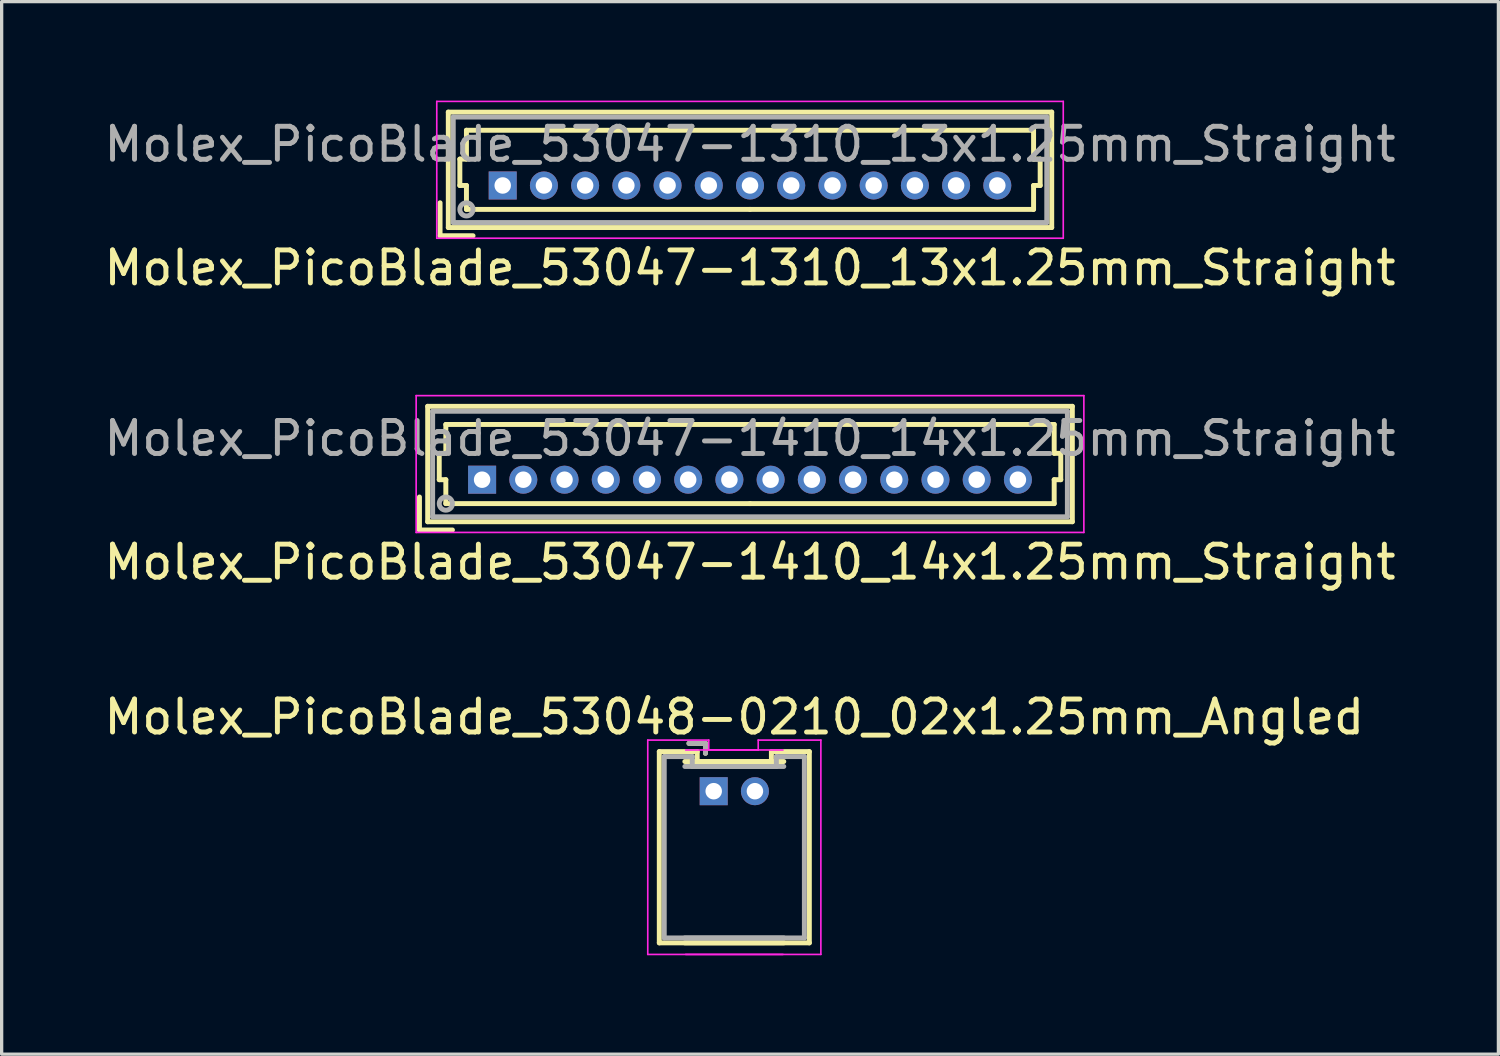
<source format=kicad_pcb>
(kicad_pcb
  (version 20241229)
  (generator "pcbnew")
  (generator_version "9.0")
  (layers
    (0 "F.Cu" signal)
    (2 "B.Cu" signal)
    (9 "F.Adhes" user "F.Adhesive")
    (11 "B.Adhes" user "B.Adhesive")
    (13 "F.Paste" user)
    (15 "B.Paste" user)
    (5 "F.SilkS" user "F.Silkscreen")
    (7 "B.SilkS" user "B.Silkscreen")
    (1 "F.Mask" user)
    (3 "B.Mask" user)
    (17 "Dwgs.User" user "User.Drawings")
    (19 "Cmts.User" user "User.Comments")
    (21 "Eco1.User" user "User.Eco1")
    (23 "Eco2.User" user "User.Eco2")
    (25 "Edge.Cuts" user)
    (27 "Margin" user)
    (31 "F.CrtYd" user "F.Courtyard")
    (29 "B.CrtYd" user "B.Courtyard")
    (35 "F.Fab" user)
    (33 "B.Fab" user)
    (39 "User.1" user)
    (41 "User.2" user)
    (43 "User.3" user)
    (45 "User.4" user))
  (footprint "Molex_PicoBlade_53047-1410_14x1.25mm_Straight"
    (layer "F.Cu")
    (at 11.571 11.498)
    (property "Reference" "Molex_PicoBlade_53047-1410_14x1.25mm_Straight" (at 8.125 2.5 0) (layer "F.SilkS") (effects (font (size 1 1) (thickness 0.15))))
    (attr through_hole)
    (fp_line (start -1.9 1.525) (end -1.9 0.525) (stroke (width 0.15) (type solid)) (layer "F.SilkS"))
    (fp_line (start -1.9 1.525) (end -0.9 1.525) (stroke (width 0.15) (type solid)) (layer "F.SilkS"))
    (fp_line (start -1.65 -2.225) (end -1.65 1.275) (stroke (width 0.15) (type solid)) (layer "F.SilkS"))
    (fp_line (start -1.65 1.275) (end 17.9 1.275) (stroke (width 0.15) (type solid)) (layer "F.SilkS"))
    (fp_line (start -1.3 -0.8) (end -1.1 -0.8) (stroke (width 0.15) (type solid)) (layer "F.SilkS"))
    (fp_line (start -1.3 0) (end -1.3 -0.8) (stroke (width 0.15) (type solid)) (layer "F.SilkS"))
    (fp_line (start -1.1 -1.675) (end 8.125 -1.675) (stroke (width 0.15) (type solid)) (layer "F.SilkS"))
    (fp_line (start -1.1 -0.8) (end -1.1 -1.675) (stroke (width 0.15) (type solid)) (layer "F.SilkS"))
    (fp_line (start -1.1 0) (end -1.3 0) (stroke (width 0.15) (type solid)) (layer "F.SilkS"))
    (fp_line (start -1.1 0.725) (end -1.1 0) (stroke (width 0.15) (type solid)) (layer "F.SilkS"))
    (fp_line (start 8.125 0.725) (end -1.1 0.725) (stroke (width 0.15) (type solid)) (layer "F.SilkS"))
    (fp_line (start 8.125 0.725) (end 17.35 0.725) (stroke (width 0.15) (type solid)) (layer "F.SilkS"))
    (fp_line (start 17.35 -1.675) (end 8.125 -1.675) (stroke (width 0.15) (type solid)) (layer "F.SilkS"))
    (fp_line (start 17.35 -0.8) (end 17.35 -1.675) (stroke (width 0.15) (type solid)) (layer "F.SilkS"))
    (fp_line (start 17.35 0) (end 17.55 0) (stroke (width 0.15) (type solid)) (layer "F.SilkS"))
    (fp_line (start 17.35 0.725) (end 17.35 0) (stroke (width 0.15) (type solid)) (layer "F.SilkS"))
    (fp_line (start 17.55 -0.8) (end 17.35 -0.8) (stroke (width 0.15) (type solid)) (layer "F.SilkS"))
    (fp_line (start 17.55 0) (end 17.55 -0.8) (stroke (width 0.15) (type solid)) (layer "F.SilkS"))
    (fp_line (start 17.9 -2.225) (end -1.65 -2.225) (stroke (width 0.15) (type solid)) (layer "F.SilkS"))
    (fp_line (start 17.9 1.275) (end 17.9 -2.225) (stroke (width 0.15) (type solid)) (layer "F.SilkS"))
    (fp_line (start -2 -2.55) (end -2 1.6) (stroke (width 0.05) (type solid)) (layer "F.CrtYd"))
    (fp_line (start -2 1.6) (end 18.25 1.6) (stroke (width 0.05) (type solid)) (layer "F.CrtYd"))
    (fp_line (start 18.25 -2.55) (end -2 -2.55) (stroke (width 0.05) (type solid)) (layer "F.CrtYd"))
    (fp_line (start 18.25 1.6) (end 18.25 -2.55) (stroke (width 0.05) (type solid)) (layer "F.CrtYd"))
    (fp_line (start -1.5 -2.075) (end -1.5 1.125) (stroke (width 0.15) (type solid)) (layer "F.Fab"))
    (fp_line (start -1.5 1.125) (end 17.75 1.125) (stroke (width 0.15) (type solid)) (layer "F.Fab"))
    (fp_line (start 17.75 -2.075) (end -1.5 -2.075) (stroke (width 0.15) (type solid)) (layer "F.Fab"))
    (fp_line (start 17.75 1.125) (end 17.75 -2.075) (stroke (width 0.15) (type solid)) (layer "F.Fab"))
    (fp_circle (center -1.1 0.725) (end -0.9 0.725) (stroke (width 0.15) (type solid)) (fill no) (layer "F.Fab"))
    (fp_text user "${REFERENCE}" (at 8.125 -1.25 0) (layer "F.Fab") (effects (font (size 1 1) (thickness 0.15))))
    (pad "1" thru_hole rect (at 0 0) (size 0.85 0.85) (drill 0.5) (layers "*.Cu" "*.Mask"))
    (pad "2" thru_hole circle (at 1.25 0) (size 0.85 0.85) (drill 0.5) (layers "*.Cu" "*.Mask"))
    (pad "3" thru_hole circle (at 2.5 0) (size 0.85 0.85) (drill 0.5) (layers "*.Cu" "*.Mask"))
    (pad "4" thru_hole circle (at 3.75 0) (size 0.85 0.85) (drill 0.5) (layers "*.Cu" "*.Mask"))
    (pad "5" thru_hole circle (at 5 0) (size 0.85 0.85) (drill 0.5) (layers "*.Cu" "*.Mask"))
    (pad "6" thru_hole circle (at 6.25 0) (size 0.85 0.85) (drill 0.5) (layers "*.Cu" "*.Mask"))
    (pad "7" thru_hole circle (at 7.5 0) (size 0.85 0.85) (drill 0.5) (layers "*.Cu" "*.Mask"))
    (pad "8" thru_hole circle (at 8.75 0) (size 0.85 0.85) (drill 0.5) (layers "*.Cu" "*.Mask"))
    (pad "9" thru_hole circle (at 10 0) (size 0.85 0.85) (drill 0.5) (layers "*.Cu" "*.Mask"))
    (pad "10" thru_hole circle (at 11.25 0) (size 0.85 0.85) (drill 0.5) (layers "*.Cu" "*.Mask"))
    (pad "11" thru_hole circle (at 12.5 0) (size 0.85 0.85) (drill 0.5) (layers "*.Cu" "*.Mask"))
    (pad "12" thru_hole circle (at 13.75 0) (size 0.85 0.85) (drill 0.5) (layers "*.Cu" "*.Mask"))
    (pad "13" thru_hole circle (at 15 0) (size 0.85 0.85) (drill 0.5) (layers "*.Cu" "*.Mask"))
    (pad "14" thru_hole circle (at 16.25 0) (size 0.85 0.85) (drill 0.5) (layers "*.Cu" "*.Mask")))
  (footprint "Molex_PicoBlade_53048-0210_02x1.25mm_Angled"
    (layer "F.Cu")
    (at 18.595 20.945)
    (property "Reference" "Molex_PicoBlade_53048-0210_02x1.25mm_Angled" (at 0.625 -2.25 0) (layer "F.SilkS") (effects (font (size 1 1) (thickness 0.15))))
    (attr through_hole)
    (fp_line (start -1.65 -1.2) (end -1.65 4.6) (stroke (width 0.15) (type solid)) (layer "F.SilkS"))
    (fp_line (start -1.65 4.6) (end 2.125 4.6) (stroke (width 0.15) (type solid)) (layer "F.SilkS"))
    (fp_line (start -0.875 -0.9) (end 1.75 -0.9) (stroke (width 0.15) (type solid)) (layer "F.SilkS"))
    (fp_line (start -0.5 -1.2) (end -1.65 -1.2) (stroke (width 0.15) (type solid)) (layer "F.SilkS"))
    (fp_line (start -0.5 -0.9) (end -0.5 -1.2) (stroke (width 0.15) (type solid)) (layer "F.SilkS"))
    (fp_line (start -0.25 -1.45) (end -0.75 -1.45) (stroke (width 0.15) (type solid)) (layer "F.SilkS"))
    (fp_line (start -0.25 -1.15) (end -0.25 -1.45) (stroke (width 0.15) (type solid)) (layer "F.SilkS"))
    (fp_line (start 1.75 -1.2) (end 2.9 -1.2) (stroke (width 0.15) (type solid)) (layer "F.SilkS"))
    (fp_line (start 1.75 -0.9) (end 1.75 -1.2) (stroke (width 0.15) (type solid)) (layer "F.SilkS"))
    (fp_line (start 2.125 -0.9) (end -0.5 -0.9) (stroke (width 0.15) (type solid)) (layer "F.SilkS"))
    (fp_line (start 2.9 -1.2) (end 2.9 4.6) (stroke (width 0.15) (type solid)) (layer "F.SilkS"))
    (fp_line (start 2.9 4.6) (end -0.875 4.6) (stroke (width 0.15) (type solid)) (layer "F.SilkS"))
    (fp_line (start -2 -1.55) (end -2 4.95) (stroke (width 0.05) (type solid)) (layer "F.CrtYd"))
    (fp_line (start -2 4.95) (end 2.1 4.95) (stroke (width 0.05) (type solid)) (layer "F.CrtYd"))
    (fp_line (start -0.85 -1.25) (end 1.35 -1.25) (stroke (width 0.05) (type solid)) (layer "F.CrtYd"))
    (fp_line (start -0.15 -1.55) (end -2 -1.55) (stroke (width 0.05) (type solid)) (layer "F.CrtYd"))
    (fp_line (start -0.15 -1.25) (end -0.15 -1.55) (stroke (width 0.05) (type solid)) (layer "F.CrtYd"))
    (fp_line (start 1.35 -1.55) (end 3.25 -1.55) (stroke (width 0.05) (type solid)) (layer "F.CrtYd"))
    (fp_line (start 1.35 -1.25) (end 1.35 -1.55) (stroke (width 0.05) (type solid)) (layer "F.CrtYd"))
    (fp_line (start 2.1 -1.25) (end -0.15 -1.25) (stroke (width 0.05) (type solid)) (layer "F.CrtYd"))
    (fp_line (start 3.25 -1.55) (end 3.25 4.95) (stroke (width 0.05) (type solid)) (layer "F.CrtYd"))
    (fp_line (start 3.25 4.95) (end -0.85 4.95) (stroke (width 0.05) (type solid)) (layer "F.CrtYd"))
    (fp_line (start -1.5 -1.05) (end -1.5 4.45) (stroke (width 0.15) (type solid)) (layer "F.Fab"))
    (fp_line (start -1.5 4.45) (end 2.125 4.45) (stroke (width 0.15) (type solid)) (layer "F.Fab"))
    (fp_line (start -0.875 -0.75) (end 1.9 -0.75) (stroke (width 0.15) (type solid)) (layer "F.Fab"))
    (fp_line (start -0.65 -1.05) (end -1.5 -1.05) (stroke (width 0.15) (type solid)) (layer "F.Fab"))
    (fp_line (start -0.65 -0.75) (end -0.65 -1.05) (stroke (width 0.15) (type solid)) (layer "F.Fab"))
    (fp_line (start -0.25 -1.45) (end -0.75 -1.45) (stroke (width 0.15) (type solid)) (layer "F.Fab"))
    (fp_line (start -0.25 -1.15) (end -0.25 -1.45) (stroke (width 0.15) (type solid)) (layer "F.Fab"))
    (fp_line (start 1.9 -1.05) (end 2.75 -1.05) (stroke (width 0.15) (type solid)) (layer "F.Fab"))
    (fp_line (start 1.9 -0.75) (end 1.9 -1.05) (stroke (width 0.15) (type solid)) (layer "F.Fab"))
    (fp_line (start 2.125 -0.75) (end -0.65 -0.75) (stroke (width 0.15) (type solid)) (layer "F.Fab"))
    (fp_line (start 2.75 -1.05) (end 2.75 4.45) (stroke (width 0.15) (type solid)) (layer "F.Fab"))
    (fp_line (start 2.75 4.45) (end -0.875 4.45) (stroke (width 0.15) (type solid)) (layer "F.Fab"))
    (pad "1" thru_hole rect (at 0 0) (size 0.85 0.85) (drill 0.5) (layers "*.Cu" "*.Mask"))
    (pad "2" thru_hole circle (at 1.25 0) (size 0.85 0.85) (drill 0.5) (layers "*.Cu" "*.Mask")))
  (footprint "Molex_PicoBlade_53047-1310_13x1.25mm_Straight"
    (layer "F.Cu")
    (at 12.196 2.575)
    (property "Reference" "Molex_PicoBlade_53047-1310_13x1.25mm_Straight" (at 7.5 2.5 0) (layer "F.SilkS") (effects (font (size 1 1) (thickness 0.15))))
    (attr through_hole)
    (fp_line (start -1.9 1.525) (end -1.9 0.525) (stroke (width 0.15) (type solid)) (layer "F.SilkS"))
    (fp_line (start -1.9 1.525) (end -0.9 1.525) (stroke (width 0.15) (type solid)) (layer "F.SilkS"))
    (fp_line (start -1.65 -2.225) (end -1.65 1.275) (stroke (width 0.15) (type solid)) (layer "F.SilkS"))
    (fp_line (start -1.65 1.275) (end 16.65 1.275) (stroke (width 0.15) (type solid)) (layer "F.SilkS"))
    (fp_line (start -1.3 -0.8) (end -1.1 -0.8) (stroke (width 0.15) (type solid)) (layer "F.SilkS"))
    (fp_line (start -1.3 0) (end -1.3 -0.8) (stroke (width 0.15) (type solid)) (layer "F.SilkS"))
    (fp_line (start -1.1 -1.675) (end 7.5 -1.675) (stroke (width 0.15) (type solid)) (layer "F.SilkS"))
    (fp_line (start -1.1 -0.8) (end -1.1 -1.675) (stroke (width 0.15) (type solid)) (layer "F.SilkS"))
    (fp_line (start -1.1 0) (end -1.3 0) (stroke (width 0.15) (type solid)) (layer "F.SilkS"))
    (fp_line (start -1.1 0.725) (end -1.1 0) (stroke (width 0.15) (type solid)) (layer "F.SilkS"))
    (fp_line (start 7.5 0.725) (end -1.1 0.725) (stroke (width 0.15) (type solid)) (layer "F.SilkS"))
    (fp_line (start 7.5 0.725) (end 16.1 0.725) (stroke (width 0.15) (type solid)) (layer "F.SilkS"))
    (fp_line (start 16.1 -1.675) (end 7.5 -1.675) (stroke (width 0.15) (type solid)) (layer "F.SilkS"))
    (fp_line (start 16.1 -0.8) (end 16.1 -1.675) (stroke (width 0.15) (type solid)) (layer "F.SilkS"))
    (fp_line (start 16.1 0) (end 16.3 0) (stroke (width 0.15) (type solid)) (layer "F.SilkS"))
    (fp_line (start 16.1 0.725) (end 16.1 0) (stroke (width 0.15) (type solid)) (layer "F.SilkS"))
    (fp_line (start 16.3 -0.8) (end 16.1 -0.8) (stroke (width 0.15) (type solid)) (layer "F.SilkS"))
    (fp_line (start 16.3 0) (end 16.3 -0.8) (stroke (width 0.15) (type solid)) (layer "F.SilkS"))
    (fp_line (start 16.65 -2.225) (end -1.65 -2.225) (stroke (width 0.15) (type solid)) (layer "F.SilkS"))
    (fp_line (start 16.65 1.275) (end 16.65 -2.225) (stroke (width 0.15) (type solid)) (layer "F.SilkS"))
    (fp_line (start -2 -2.55) (end -2 1.6) (stroke (width 0.05) (type solid)) (layer "F.CrtYd"))
    (fp_line (start -2 1.6) (end 17 1.6) (stroke (width 0.05) (type solid)) (layer "F.CrtYd"))
    (fp_line (start 17 -2.55) (end -2 -2.55) (stroke (width 0.05) (type solid)) (layer "F.CrtYd"))
    (fp_line (start 17 1.6) (end 17 -2.55) (stroke (width 0.05) (type solid)) (layer "F.CrtYd"))
    (fp_line (start -1.5 -2.075) (end -1.5 1.125) (stroke (width 0.15) (type solid)) (layer "F.Fab"))
    (fp_line (start -1.5 1.125) (end 16.5 1.125) (stroke (width 0.15) (type solid)) (layer "F.Fab"))
    (fp_line (start 16.5 -2.075) (end -1.5 -2.075) (stroke (width 0.15) (type solid)) (layer "F.Fab"))
    (fp_line (start 16.5 1.125) (end 16.5 -2.075) (stroke (width 0.15) (type solid)) (layer "F.Fab"))
    (fp_circle (center -1.1 0.725) (end -0.9 0.725) (stroke (width 0.15) (type solid)) (fill no) (layer "F.Fab"))
    (fp_text user "${REFERENCE}" (at 7.5 -1.25 0) (layer "F.Fab") (effects (font (size 1 1) (thickness 0.15))))
    (pad "1" thru_hole rect (at 0 0) (size 0.85 0.85) (drill 0.5) (layers "*.Cu" "*.Mask"))
    (pad "2" thru_hole circle (at 1.25 0) (size 0.85 0.85) (drill 0.5) (layers "*.Cu" "*.Mask"))
    (pad "3" thru_hole circle (at 2.5 0) (size 0.85 0.85) (drill 0.5) (layers "*.Cu" "*.Mask"))
    (pad "4" thru_hole circle (at 3.75 0) (size 0.85 0.85) (drill 0.5) (layers "*.Cu" "*.Mask"))
    (pad "5" thru_hole circle (at 5 0) (size 0.85 0.85) (drill 0.5) (layers "*.Cu" "*.Mask"))
    (pad "6" thru_hole circle (at 6.25 0) (size 0.85 0.85) (drill 0.5) (layers "*.Cu" "*.Mask"))
    (pad "7" thru_hole circle (at 7.5 0) (size 0.85 0.85) (drill 0.5) (layers "*.Cu" "*.Mask"))
    (pad "8" thru_hole circle (at 8.75 0) (size 0.85 0.85) (drill 0.5) (layers "*.Cu" "*.Mask"))
    (pad "9" thru_hole circle (at 10 0) (size 0.85 0.85) (drill 0.5) (layers "*.Cu" "*.Mask"))
    (pad "10" thru_hole circle (at 11.25 0) (size 0.85 0.85) (drill 0.5) (layers "*.Cu" "*.Mask"))
    (pad "11" thru_hole circle (at 12.5 0) (size 0.85 0.85) (drill 0.5) (layers "*.Cu" "*.Mask"))
    (pad "12" thru_hole circle (at 13.75 0) (size 0.85 0.85) (drill 0.5) (layers "*.Cu" "*.Mask"))
    (pad "13" thru_hole circle (at 15 0) (size 0.85 0.85) (drill 0.5) (layers "*.Cu" "*.Mask")))
  (gr_rect
    (start -3 -3)
    (end 42.393 28.92)
    (stroke (width 0.1) (type default))
    (fill no)
    (layer "Edge.Cuts")))
</source>
